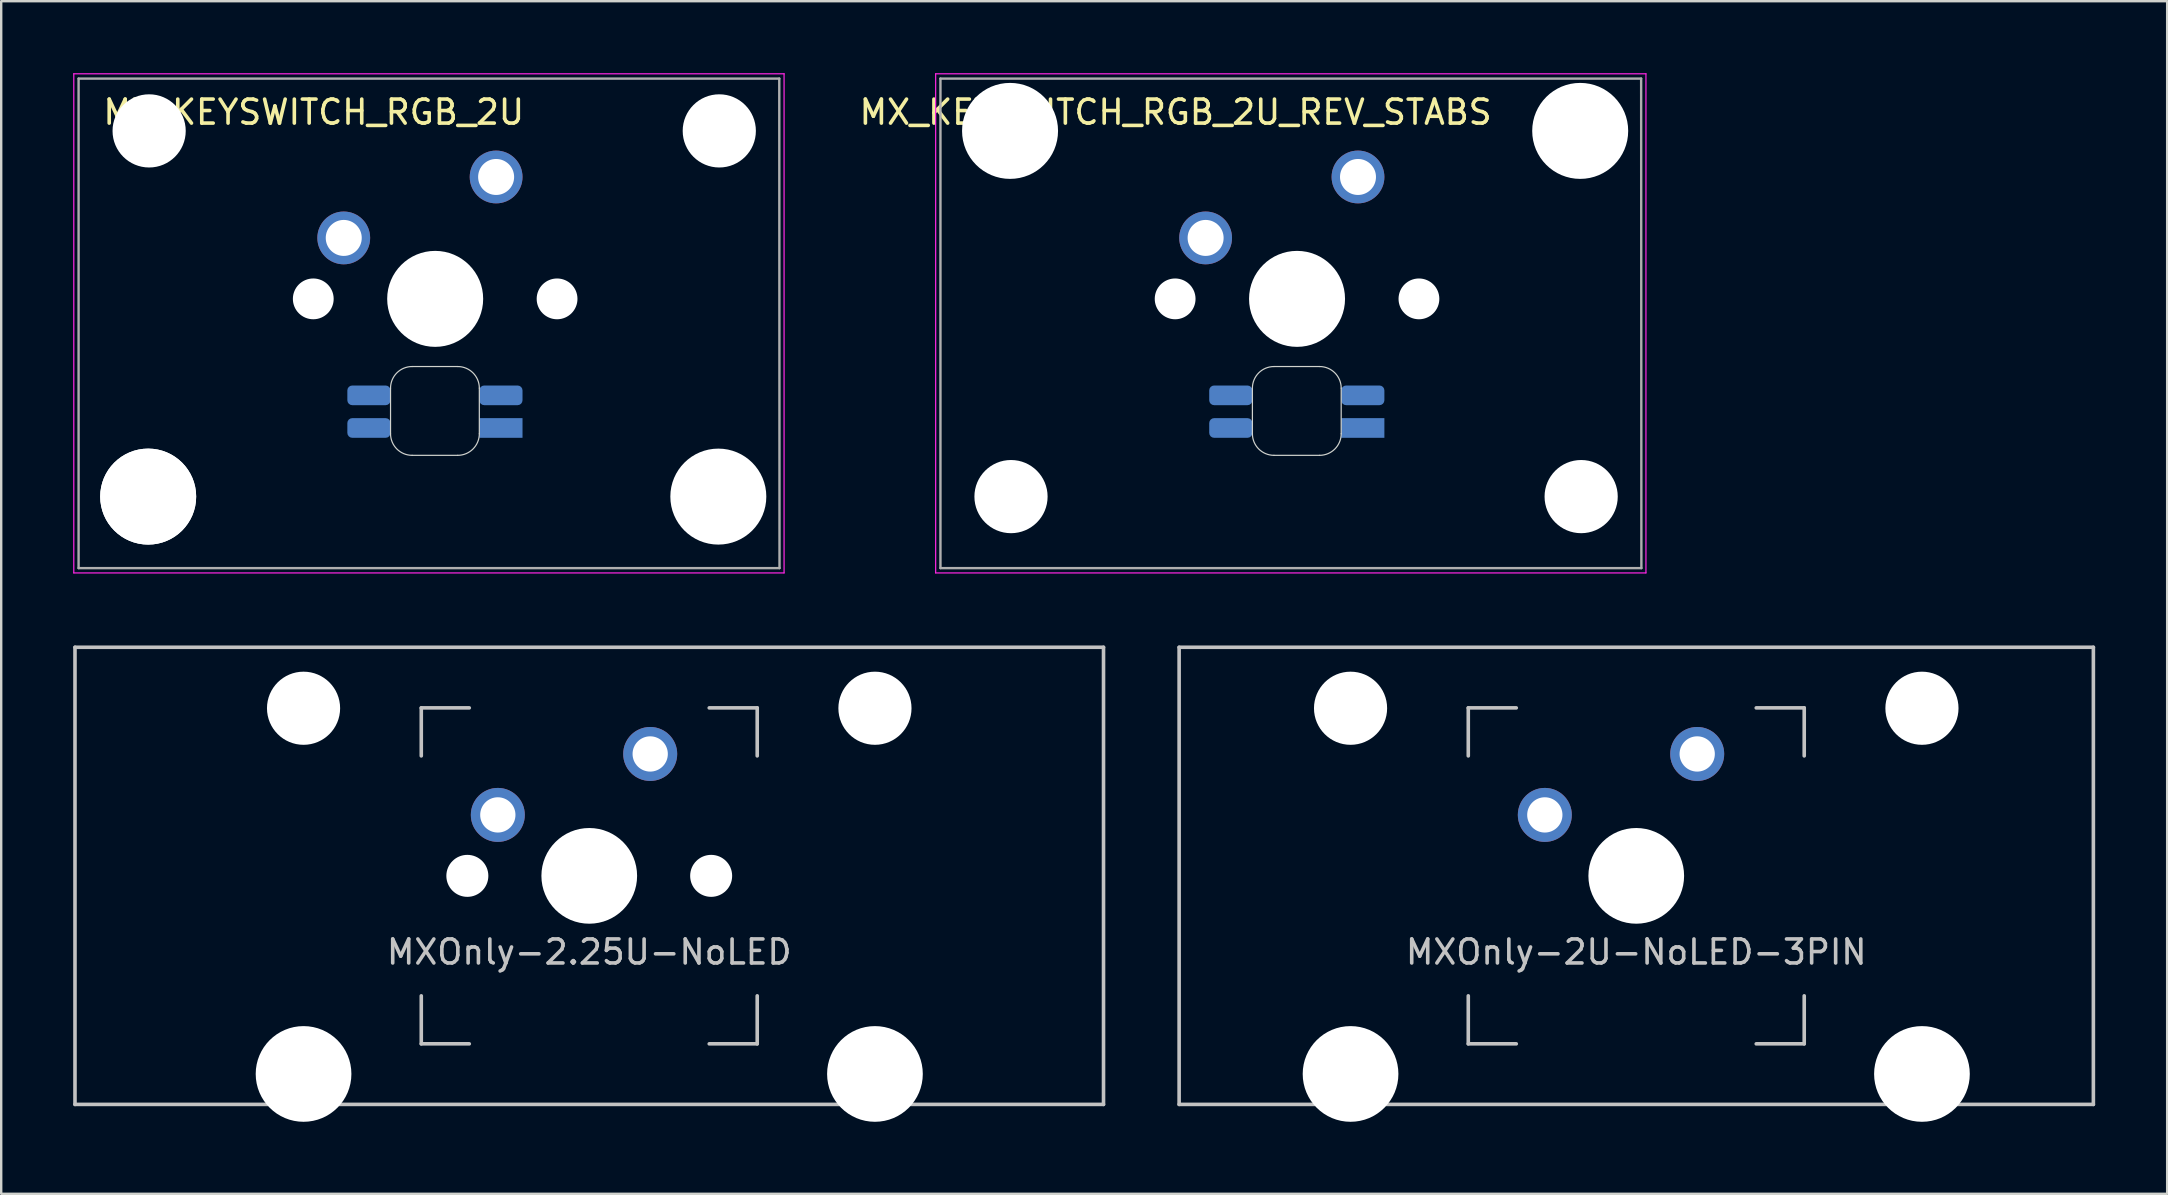
<source format=kicad_pcb>
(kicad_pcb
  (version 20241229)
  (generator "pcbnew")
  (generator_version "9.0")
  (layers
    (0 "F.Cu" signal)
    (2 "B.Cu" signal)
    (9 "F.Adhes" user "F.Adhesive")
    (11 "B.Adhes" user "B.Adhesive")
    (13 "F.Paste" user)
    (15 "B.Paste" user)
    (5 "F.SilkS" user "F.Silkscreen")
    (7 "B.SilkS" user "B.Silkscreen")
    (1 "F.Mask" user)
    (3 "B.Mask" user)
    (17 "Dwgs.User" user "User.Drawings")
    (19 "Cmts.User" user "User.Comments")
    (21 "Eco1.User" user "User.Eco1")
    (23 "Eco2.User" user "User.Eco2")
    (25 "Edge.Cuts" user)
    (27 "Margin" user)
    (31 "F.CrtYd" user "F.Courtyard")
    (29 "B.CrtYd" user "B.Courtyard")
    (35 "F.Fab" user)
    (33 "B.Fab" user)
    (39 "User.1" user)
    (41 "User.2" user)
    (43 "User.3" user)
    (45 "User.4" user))
  (footprint "MX_KEYSWITCH_RGB_2U"
    (layer "F.Cu")
    (at 15.025 9.425)
    (property "Reference" "MX_KEYSWITCH_RGB_2U" (at -5 -7.8 0) (layer "F.SilkS") (effects (font (size 1 1) (thickness 0.15))))
    (attr through_hole)
    (fp_line (start -1.8 3.7) (end -1.8 5.6) (stroke (width 0.05) (type solid)) (layer "Edge.Cuts"))
    (fp_line (start -0.9 6.5) (end 1 6.5) (stroke (width 0.05) (type solid)) (layer "Edge.Cuts"))
    (fp_line (start 1 2.8) (end -0.9 2.8) (stroke (width 0.05) (type solid)) (layer "Edge.Cuts"))
    (fp_line (start 1.9 5.6) (end 1.9 3.7) (stroke (width 0.05) (type solid)) (layer "Edge.Cuts"))
    (fp_arc (start -1.8 3.7) (mid -1.536396 3.063604) (end -0.9 2.8) (stroke (width 0.05) (type solid)) (layer "Edge.Cuts"))
    (fp_arc (start -0.9 6.5) (mid -1.536396 6.236396) (end -1.8 5.6) (stroke (width 0.05) (type solid)) (layer "Edge.Cuts"))
    (fp_arc (start 1 2.8) (mid 1.636396 3.063604) (end 1.9 3.7) (stroke (width 0.05) (type solid)) (layer "Edge.Cuts"))
    (fp_arc (start 1.9 5.6) (mid 1.636396 6.236396) (end 1 6.5) (stroke (width 0.05) (type solid)) (layer "Edge.Cuts"))
    (fp_line (start -15 -9.4) (end 14.6 -9.4) (stroke (width 0.05) (type solid)) (layer "F.CrtYd"))
    (fp_line (start -15 11.4) (end -15 -9.4) (stroke (width 0.05) (type solid)) (layer "F.CrtYd"))
    (fp_line (start 14.6 -9.4) (end 14.6 11.4) (stroke (width 0.05) (type solid)) (layer "F.CrtYd"))
    (fp_line (start 14.6 11.4) (end -15 11.4) (stroke (width 0.05) (type solid)) (layer "F.CrtYd"))
    (fp_line (start -14.8 -9.2) (end 14.4 -9.2) (stroke (width 0.1) (type solid)) (layer "F.Fab"))
    (fp_line (start -14.8 11.2) (end -14.8 -9.2) (stroke (width 0.1) (type solid)) (layer "F.Fab"))
    (fp_line (start 14.4 -9.2) (end 14.41 11.2) (stroke (width 0.1) (type solid)) (layer "F.Fab"))
    (fp_line (start 14.41 11.2) (end -14.8 11.2) (stroke (width 0.1) (type solid)) (layer "F.Fab"))
    (pad "" np_thru_hole circle (at -11.9 8.22) (size 4 4) (drill 4) (layers "*.Cu" "*.Mask"))
    (pad "" np_thru_hole circle (at -11.9 8.22) (size 4 4) (drill 4) (layers "*.Cu" "*.Mask"))
    (pad "" np_thru_hole circle (at -11.86 -7.02) (size 3.05 3.05) (drill 3.05) (layers "*.Cu" "*.Mask"))
    (pad "" np_thru_hole circle (at -5.02 -0.02) (size 1.7 1.7) (drill 1.7) (layers "*.Cu" "*.Mask"))
    (pad "" np_thru_hole circle (at 0.06 -0.02) (size 4 4) (drill 4) (layers "*.Cu" "*.Mask"))
    (pad "" np_thru_hole circle (at 5.14 -0.02) (size 1.7 1.7) (drill 1.7) (layers "*.Cu" "*.Mask"))
    (pad "" np_thru_hole circle (at 11.86 8.22) (size 4 4) (drill 4) (layers "*.Cu" "*.Mask"))
    (pad "" np_thru_hole circle (at 11.9 -7.02) (size 3.05 3.05) (drill 3.05) (layers "*.Cu" "*.Mask"))
    (pad "1" thru_hole circle (at 2.6 -5.1) (size 2.2 2.2) (drill 1.5) (layers "*.Cu" "*.Mask"))
    (pad "2" thru_hole circle (at -3.75 -2.56) (size 2.2 2.2) (drill 1.5) (layers "*.Cu" "*.Mask"))
    (pad "3" smd roundrect (at 2.8 4) (size 1.8 0.82) (layers "B.Cu" "B.Mask" "B.Paste") (roundrect_rratio 0.25))
    (pad "4" smd roundrect (at -2.7 5.36) (size 1.8 0.82) (layers "B.Cu" "B.Mask" "B.Paste") (roundrect_rratio 0.25))
    (pad "5" smd roundrect (at -2.7 4) (size 1.8 0.82) (layers "B.Cu" "B.Mask" "B.Paste") (roundrect_rratio 0.25))
    (pad "6" smd rect (at 2.8 5.36) (size 1.8 0.82) (layers "B.Cu" "B.Mask" "B.Paste")))
  (footprint "MXOnly-2.25U-NoLED"
    (layer "F.Cu")
    (at 21.506 33.45)
    (property "Reference" "MXOnly-2.25U-NoLED" (at 0 3.175 0) (layer "Dwgs.User") (effects (font (size 1 1) (thickness 0.15))))
    (attr through_hole)
    (fp_line (start -21.431 -9.525) (end 21.431 -9.525) (stroke (width 0.15) (type solid)) (layer "Dwgs.User"))
    (fp_line (start -21.431 9.525) (end -21.431 -9.525) (stroke (width 0.15) (type solid)) (layer "Dwgs.User"))
    (fp_line (start -21.431 9.525) (end 21.431 9.525) (stroke (width 0.15) (type solid)) (layer "Dwgs.User"))
    (fp_line (start -7 -7) (end -7 -5) (stroke (width 0.15) (type solid)) (layer "Dwgs.User"))
    (fp_line (start -7 5) (end -7 7) (stroke (width 0.15) (type solid)) (layer "Dwgs.User"))
    (fp_line (start -7 7) (end -5 7) (stroke (width 0.15) (type solid)) (layer "Dwgs.User"))
    (fp_line (start -5 -7) (end -7 -7) (stroke (width 0.15) (type solid)) (layer "Dwgs.User"))
    (fp_line (start 5 -7) (end 7 -7) (stroke (width 0.15) (type solid)) (layer "Dwgs.User"))
    (fp_line (start 5 7) (end 7 7) (stroke (width 0.15) (type solid)) (layer "Dwgs.User"))
    (fp_line (start 7 -7) (end 7 -5) (stroke (width 0.15) (type solid)) (layer "Dwgs.User"))
    (fp_line (start 7 7) (end 7 5) (stroke (width 0.15) (type solid)) (layer "Dwgs.User"))
    (fp_line (start 21.431 -9.525) (end 21.431 9.525) (stroke (width 0.15) (type solid)) (layer "Dwgs.User"))
    (pad "" np_thru_hole circle (at -11.906 -6.985) (size 3.048 3.048) (drill 3.048) (layers "*.Cu" "*.Mask"))
    (pad "" np_thru_hole circle (at -11.906 8.255) (size 3.988 3.988) (drill 3.988) (layers "*.Cu" "*.Mask"))
    (pad "" np_thru_hole circle (at -5.08 0 48.1) (size 1.75 1.75) (drill 1.75) (layers "*.Cu" "*.Mask"))
    (pad "" np_thru_hole circle (at 0 0) (size 3.988 3.988) (drill 3.988) (layers "*.Cu" "*.Mask"))
    (pad "" np_thru_hole circle (at 5.08 0 48.1) (size 1.75 1.75) (drill 1.75) (layers "*.Cu" "*.Mask"))
    (pad "" np_thru_hole circle (at 11.906 -6.985) (size 3.048 3.048) (drill 3.048) (layers "*.Cu" "*.Mask"))
    (pad "" np_thru_hole circle (at 11.906 8.255) (size 3.988 3.988) (drill 3.988) (layers "*.Cu" "*.Mask"))
    (pad "1" thru_hole circle (at -3.81 -2.54) (size 2.25 2.25) (drill 1.47) (layers "*.Cu" "*.Mask"))
    (pad "2" thru_hole circle (at 2.54 -5.08) (size 2.25 2.25) (drill 1.47) (layers "*.Cu" "*.Mask")))
  (footprint "MXOnly-2U-NoLED-3PIN"
    (layer "F.Cu")
    (at 65.138 33.45)
    (property "Reference" "MXOnly-2U-NoLED-3PIN" (at 0 3.175 0) (layer "Dwgs.User") (effects (font (size 1 1) (thickness 0.15))))
    (attr through_hole)
    (fp_line (start -19.05 -9.525) (end 19.05 -9.525) (stroke (width 0.15) (type solid)) (layer "Dwgs.User"))
    (fp_line (start -19.05 9.525) (end -19.05 -9.525) (stroke (width 0.15) (type solid)) (layer "Dwgs.User"))
    (fp_line (start -19.05 9.525) (end 19.05 9.525) (stroke (width 0.15) (type solid)) (layer "Dwgs.User"))
    (fp_line (start -7 -7) (end -7 -5) (stroke (width 0.15) (type solid)) (layer "Dwgs.User"))
    (fp_line (start -7 5) (end -7 7) (stroke (width 0.15) (type solid)) (layer "Dwgs.User"))
    (fp_line (start -7 7) (end -5 7) (stroke (width 0.15) (type solid)) (layer "Dwgs.User"))
    (fp_line (start -5 -7) (end -7 -7) (stroke (width 0.15) (type solid)) (layer "Dwgs.User"))
    (fp_line (start 5 -7) (end 7 -7) (stroke (width 0.15) (type solid)) (layer "Dwgs.User"))
    (fp_line (start 5 7) (end 7 7) (stroke (width 0.15) (type solid)) (layer "Dwgs.User"))
    (fp_line (start 7 -7) (end 7 -5) (stroke (width 0.15) (type solid)) (layer "Dwgs.User"))
    (fp_line (start 7 7) (end 7 5) (stroke (width 0.15) (type solid)) (layer "Dwgs.User"))
    (fp_line (start 19.05 -9.525) (end 19.05 9.525) (stroke (width 0.15) (type solid)) (layer "Dwgs.User"))
    (pad "" np_thru_hole circle (at -11.906 -6.985) (size 3.048 3.048) (drill 3.048) (layers "*.Cu" "*.Mask"))
    (pad "" np_thru_hole circle (at -11.906 8.255) (size 3.988 3.988) (drill 3.988) (layers "*.Cu" "*.Mask"))
    (pad "" np_thru_hole circle (at 0 0) (size 3.988 3.988) (drill 3.988) (layers "*.Cu" "*.Mask"))
    (pad "" np_thru_hole circle (at 11.906 -6.985) (size 3.048 3.048) (drill 3.048) (layers "*.Cu" "*.Mask"))
    (pad "" np_thru_hole circle (at 11.906 8.255) (size 3.988 3.988) (drill 3.988) (layers "*.Cu" "*.Mask"))
    (pad "1" thru_hole circle (at -3.81 -2.54) (size 2.25 2.25) (drill 1.47) (layers "*.Cu" "*.Mask"))
    (pad "2" thru_hole circle (at 2.54 -5.08) (size 2.25 2.25) (drill 1.47) (layers "*.Cu" "*.Mask")))
  (footprint "MX_KEYSWITCH_RGB_2U_REV_STABS"
    (layer "F.Cu")
    (at 50.942 9.425)
    (property "Reference" "MX_KEYSWITCH_RGB_2U_REV_STABS" (at -5 -7.8 0) (layer "F.SilkS") (effects (font (size 1 1) (thickness 0.15))))
    (attr through_hole)
    (fp_line (start -1.8 3.7) (end -1.8 5.6) (stroke (width 0.05) (type solid)) (layer "Edge.Cuts"))
    (fp_line (start -0.9 6.5) (end 1 6.5) (stroke (width 0.05) (type solid)) (layer "Edge.Cuts"))
    (fp_line (start 1 2.8) (end -0.9 2.8) (stroke (width 0.05) (type solid)) (layer "Edge.Cuts"))
    (fp_line (start 1.9 5.6) (end 1.9 3.7) (stroke (width 0.05) (type solid)) (layer "Edge.Cuts"))
    (fp_arc (start -1.8 3.7) (mid -1.536396 3.063604) (end -0.9 2.8) (stroke (width 0.05) (type solid)) (layer "Edge.Cuts"))
    (fp_arc (start -0.9 6.5) (mid -1.536396 6.236396) (end -1.8 5.6) (stroke (width 0.05) (type solid)) (layer "Edge.Cuts"))
    (fp_arc (start 1 2.8) (mid 1.636396 3.063604) (end 1.9 3.7) (stroke (width 0.05) (type solid)) (layer "Edge.Cuts"))
    (fp_arc (start 1.9 5.6) (mid 1.636396 6.236396) (end 1 6.5) (stroke (width 0.05) (type solid)) (layer "Edge.Cuts"))
    (fp_line (start -15 -9.4) (end 14.6 -9.4) (stroke (width 0.05) (type solid)) (layer "F.CrtYd"))
    (fp_line (start -15 11.4) (end -15 -9.4) (stroke (width 0.05) (type solid)) (layer "F.CrtYd"))
    (fp_line (start 14.6 -9.4) (end 14.6 11.4) (stroke (width 0.05) (type solid)) (layer "F.CrtYd"))
    (fp_line (start 14.6 11.4) (end -15 11.4) (stroke (width 0.05) (type solid)) (layer "F.CrtYd"))
    (fp_line (start -14.8 -9.2) (end 14.4 -9.2) (stroke (width 0.1) (type solid)) (layer "F.Fab"))
    (fp_line (start -14.8 11.2) (end -14.8 -9.2) (stroke (width 0.1) (type solid)) (layer "F.Fab"))
    (fp_line (start 14.4 -9.2) (end 14.41 11.2) (stroke (width 0.1) (type solid)) (layer "F.Fab"))
    (fp_line (start 14.41 11.2) (end -14.8 11.2) (stroke (width 0.1) (type solid)) (layer "F.Fab"))
    (pad "" np_thru_hole circle (at -11.9 -7.02) (size 4 4) (drill 4) (layers "*.Cu" "*.Mask"))
    (pad "" np_thru_hole circle (at -11.86 8.22) (size 3.05 3.05) (drill 3.05) (layers "*.Cu" "*.Mask"))
    (pad "" np_thru_hole circle (at -5.02 -0.02) (size 1.7 1.7) (drill 1.7) (layers "*.Cu" "*.Mask"))
    (pad "" np_thru_hole circle (at 0.06 -0.02) (size 4 4) (drill 4) (layers "*.Cu" "*.Mask"))
    (pad "" np_thru_hole circle (at 5.14 -0.02) (size 1.7 1.7) (drill 1.7) (layers "*.Cu" "*.Mask"))
    (pad "" np_thru_hole circle (at 11.86 -7.02) (size 4 4) (drill 4) (layers "*.Cu" "*.Mask"))
    (pad "" np_thru_hole circle (at 11.9 8.22) (size 3.05 3.05) (drill 3.05) (layers "*.Cu" "*.Mask"))
    (pad "1" thru_hole circle (at 2.6 -5.1) (size 2.2 2.2) (drill 1.5) (layers "*.Cu" "*.Mask"))
    (pad "2" thru_hole circle (at -3.75 -2.56) (size 2.2 2.2) (drill 1.5) (layers "*.Cu" "*.Mask"))
    (pad "3" smd roundrect (at 2.8 4) (size 1.8 0.82) (layers "B.Cu" "B.Mask" "B.Paste") (roundrect_rratio 0.25))
    (pad "4" smd roundrect (at -2.7 5.36) (size 1.8 0.82) (layers "B.Cu" "B.Mask" "B.Paste") (roundrect_rratio 0.25))
    (pad "5" smd roundrect (at -2.7 4) (size 1.8 0.82) (layers "B.Cu" "B.Mask" "B.Paste") (roundrect_rratio 0.25))
    (pad "6" smd rect (at 2.8 5.36) (size 1.8 0.82) (layers "B.Cu" "B.Mask" "B.Paste")))
  (gr_rect
    (start -3 -3)
    (end 87.263 46.699)
    (stroke (width 0.1) (type default))
    (fill no)
    (layer "Edge.Cuts")))
</source>
